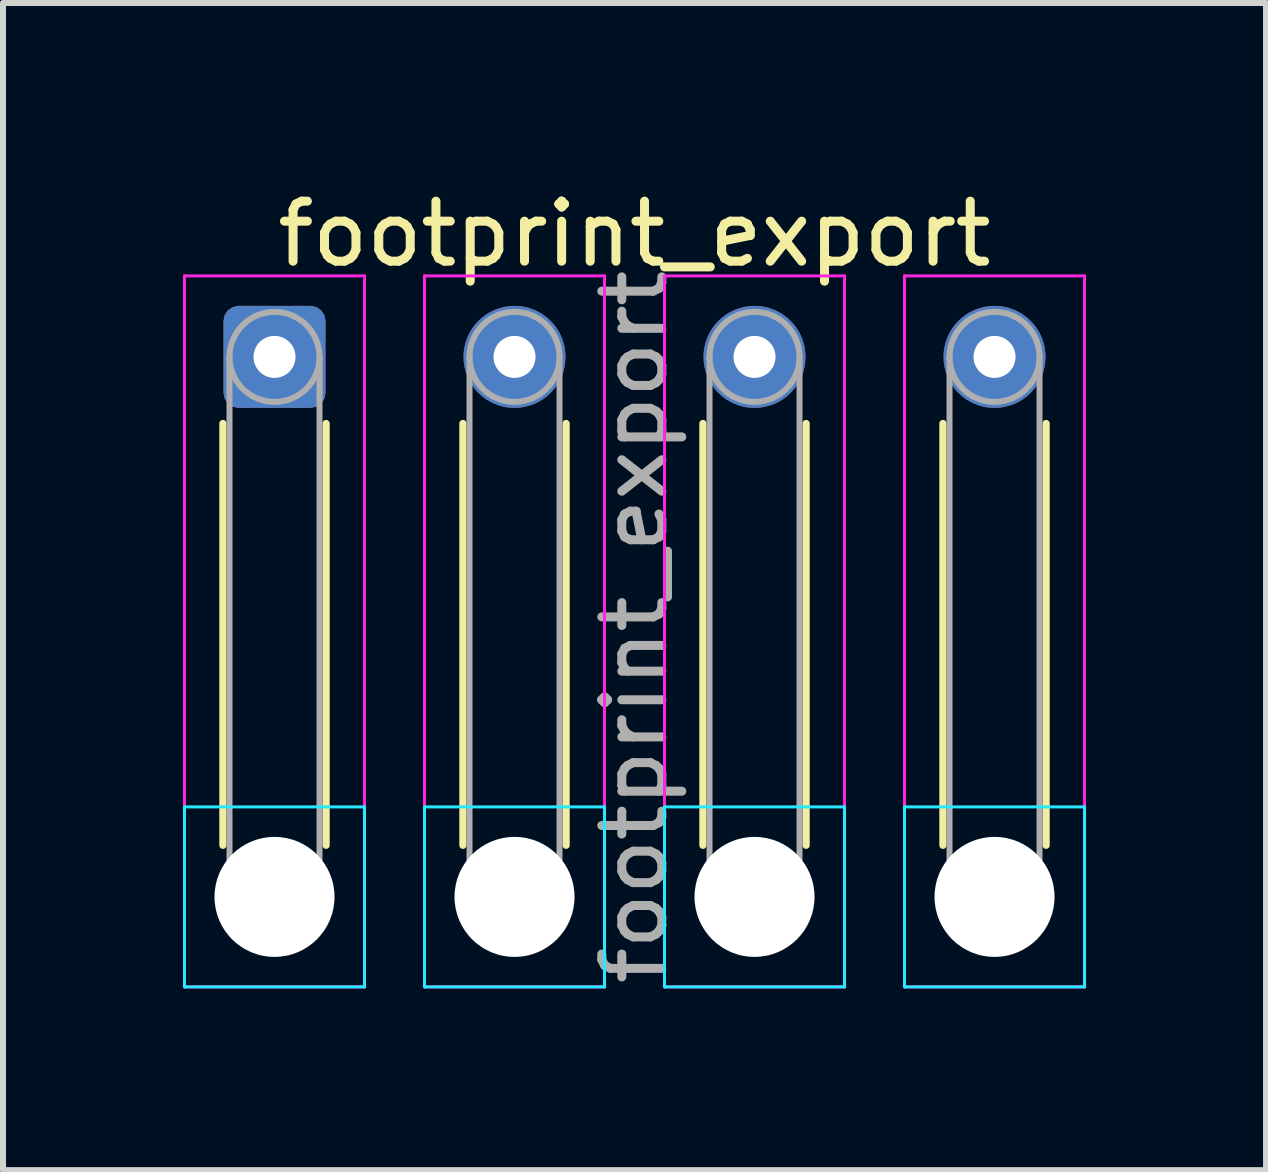
<source format=kicad_pcb>
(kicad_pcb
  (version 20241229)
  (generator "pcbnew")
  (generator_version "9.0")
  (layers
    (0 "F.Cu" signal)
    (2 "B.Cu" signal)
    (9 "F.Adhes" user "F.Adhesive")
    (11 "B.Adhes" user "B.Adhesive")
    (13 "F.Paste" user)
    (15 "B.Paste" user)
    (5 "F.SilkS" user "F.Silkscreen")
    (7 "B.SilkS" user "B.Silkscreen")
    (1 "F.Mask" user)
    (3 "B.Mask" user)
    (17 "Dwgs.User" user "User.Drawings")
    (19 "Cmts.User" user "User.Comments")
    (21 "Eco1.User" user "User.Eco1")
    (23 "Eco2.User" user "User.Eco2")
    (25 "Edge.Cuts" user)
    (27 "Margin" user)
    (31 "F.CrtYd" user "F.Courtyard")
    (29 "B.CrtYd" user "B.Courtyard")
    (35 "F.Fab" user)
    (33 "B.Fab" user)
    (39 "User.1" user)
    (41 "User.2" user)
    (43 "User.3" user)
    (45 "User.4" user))
  (footprint "footprint_export"
    (layer "F.Cu")
    (at 1.525 2.898)
    (property "Reference" "footprint_export" (at 6 -2.05 0) (layer "F.SilkS") (effects (font (size 1 1) (thickness 0.15))))
    (attr exclude_from_pos_files exclude_from_bom)
    (fp_line (start -0.86 1.11) (end -0.86 8.14) (stroke (width 0.12) (type solid)) (layer "F.SilkS"))
    (fp_line (start 0.86 1.11) (end 0.86 8.14) (stroke (width 0.12) (type solid)) (layer "F.SilkS"))
    (fp_line (start 3.14 1.11) (end 3.14 8.14) (stroke (width 0.12) (type solid)) (layer "F.SilkS"))
    (fp_line (start 4.86 1.11) (end 4.86 8.14) (stroke (width 0.12) (type solid)) (layer "F.SilkS"))
    (fp_line (start 7.14 1.11) (end 7.14 8.14) (stroke (width 0.12) (type solid)) (layer "F.SilkS"))
    (fp_line (start 8.86 1.11) (end 8.86 8.14) (stroke (width 0.12) (type solid)) (layer "F.SilkS"))
    (fp_line (start 11.14 1.11) (end 11.14 8.14) (stroke (width 0.12) (type solid)) (layer "F.SilkS"))
    (fp_line (start 12.86 1.11) (end 12.86 8.14) (stroke (width 0.12) (type solid)) (layer "F.SilkS"))
    (fp_line (start -1.5 7.5) (end -1.5 10.5) (stroke (width 0.05) (type solid)) (layer "B.CrtYd"))
    (fp_line (start -1.5 10.5) (end 1.5 10.5) (stroke (width 0.05) (type solid)) (layer "B.CrtYd"))
    (fp_line (start 1.5 7.5) (end -1.5 7.5) (stroke (width 0.05) (type solid)) (layer "B.CrtYd"))
    (fp_line (start 1.5 10.5) (end 1.5 7.5) (stroke (width 0.05) (type solid)) (layer "B.CrtYd"))
    (fp_line (start 2.5 7.5) (end 2.5 10.5) (stroke (width 0.05) (type solid)) (layer "B.CrtYd"))
    (fp_line (start 2.5 10.5) (end 5.5 10.5) (stroke (width 0.05) (type solid)) (layer "B.CrtYd"))
    (fp_line (start 5.5 7.5) (end 2.5 7.5) (stroke (width 0.05) (type solid)) (layer "B.CrtYd"))
    (fp_line (start 5.5 10.5) (end 5.5 7.5) (stroke (width 0.05) (type solid)) (layer "B.CrtYd"))
    (fp_line (start 6.5 7.5) (end 6.5 10.5) (stroke (width 0.05) (type solid)) (layer "B.CrtYd"))
    (fp_line (start 6.5 10.5) (end 9.5 10.5) (stroke (width 0.05) (type solid)) (layer "B.CrtYd"))
    (fp_line (start 9.5 7.5) (end 6.5 7.5) (stroke (width 0.05) (type solid)) (layer "B.CrtYd"))
    (fp_line (start 9.5 10.5) (end 9.5 7.5) (stroke (width 0.05) (type solid)) (layer "B.CrtYd"))
    (fp_line (start 10.5 7.5) (end 10.5 10.5) (stroke (width 0.05) (type solid)) (layer "B.CrtYd"))
    (fp_line (start 10.5 10.5) (end 13.5 10.5) (stroke (width 0.05) (type solid)) (layer "B.CrtYd"))
    (fp_line (start 13.5 7.5) (end 10.5 7.5) (stroke (width 0.05) (type solid)) (layer "B.CrtYd"))
    (fp_line (start 13.5 10.5) (end 13.5 7.5) (stroke (width 0.05) (type solid)) (layer "B.CrtYd"))
    (fp_line (start -1.5 -1.35) (end -1.5 10.5) (stroke (width 0.05) (type solid)) (layer "F.CrtYd"))
    (fp_line (start -1.5 10.5) (end 1.5 10.5) (stroke (width 0.05) (type solid)) (layer "F.CrtYd"))
    (fp_line (start 1.5 -1.35) (end -1.5 -1.35) (stroke (width 0.05) (type solid)) (layer "F.CrtYd"))
    (fp_line (start 1.5 10.5) (end 1.5 -1.35) (stroke (width 0.05) (type solid)) (layer "F.CrtYd"))
    (fp_line (start 2.5 -1.35) (end 2.5 10.5) (stroke (width 0.05) (type solid)) (layer "F.CrtYd"))
    (fp_line (start 2.5 10.5) (end 5.5 10.5) (stroke (width 0.05) (type solid)) (layer "F.CrtYd"))
    (fp_line (start 5.5 -1.35) (end 2.5 -1.35) (stroke (width 0.05) (type solid)) (layer "F.CrtYd"))
    (fp_line (start 5.5 10.5) (end 5.5 -1.35) (stroke (width 0.05) (type solid)) (layer "F.CrtYd"))
    (fp_line (start 6.5 -1.35) (end 6.5 10.5) (stroke (width 0.05) (type solid)) (layer "F.CrtYd"))
    (fp_line (start 6.5 10.5) (end 9.5 10.5) (stroke (width 0.05) (type solid)) (layer "F.CrtYd"))
    (fp_line (start 9.5 -1.35) (end 6.5 -1.35) (stroke (width 0.05) (type solid)) (layer "F.CrtYd"))
    (fp_line (start 9.5 10.5) (end 9.5 -1.35) (stroke (width 0.05) (type solid)) (layer "F.CrtYd"))
    (fp_line (start 10.5 -1.35) (end 10.5 10.5) (stroke (width 0.05) (type solid)) (layer "F.CrtYd"))
    (fp_line (start 10.5 10.5) (end 13.5 10.5) (stroke (width 0.05) (type solid)) (layer "F.CrtYd"))
    (fp_line (start 13.5 -1.35) (end 10.5 -1.35) (stroke (width 0.05) (type solid)) (layer "F.CrtYd"))
    (fp_line (start 13.5 10.5) (end 13.5 -1.35) (stroke (width 0.05) (type solid)) (layer "F.CrtYd"))
    (fp_line (start -0.75 0) (end -0.75 9) (stroke (width 0.1) (type solid)) (layer "F.Fab"))
    (fp_line (start 0.75 0) (end 0.75 9) (stroke (width 0.1) (type solid)) (layer "F.Fab"))
    (fp_line (start 3.25 0) (end 3.25 9) (stroke (width 0.1) (type solid)) (layer "F.Fab"))
    (fp_line (start 4.75 0) (end 4.75 9) (stroke (width 0.1) (type solid)) (layer "F.Fab"))
    (fp_line (start 7.25 0) (end 7.25 9) (stroke (width 0.1) (type solid)) (layer "F.Fab"))
    (fp_line (start 8.75 0) (end 8.75 9) (stroke (width 0.1) (type solid)) (layer "F.Fab"))
    (fp_line (start 11.25 0) (end 11.25 9) (stroke (width 0.1) (type solid)) (layer "F.Fab"))
    (fp_line (start 12.75 0) (end 12.75 9) (stroke (width 0.1) (type solid)) (layer "F.Fab"))
    (fp_circle (center 0 0) (end 0.75 0) (stroke (width 0.1) (type solid)) (fill no) (layer "F.Fab"))
    (fp_circle (center 0 9) (end 0.75 9) (stroke (width 0.1) (type solid)) (fill no) (layer "F.Fab"))
    (fp_circle (center 4 0) (end 4.75 0) (stroke (width 0.1) (type solid)) (fill no) (layer "F.Fab"))
    (fp_circle (center 4 9) (end 4.75 9) (stroke (width 0.1) (type solid)) (fill no) (layer "F.Fab"))
    (fp_circle (center 8 0) (end 8.75 0) (stroke (width 0.1) (type solid)) (fill no) (layer "F.Fab"))
    (fp_circle (center 8 9) (end 8.75 9) (stroke (width 0.1) (type solid)) (fill no) (layer "F.Fab"))
    (fp_circle (center 12 0) (end 12.75 0) (stroke (width 0.1) (type solid)) (fill no) (layer "F.Fab"))
    (fp_circle (center 12 9) (end 12.75 9) (stroke (width 0.1) (type solid)) (fill no) (layer "F.Fab"))
    (fp_text user "${REFERENCE}" (at 6 4.5 90) (layer "F.Fab") (effects (font (size 1 1) (thickness 0.15))))
    (pad "" np_thru_hole circle (at 0 9) (size 2 2) (drill 2) (layers "*.Cu" "*.Mask"))
    (pad "" np_thru_hole circle (at 4 9) (size 2 2) (drill 2) (layers "*.Cu" "*.Mask"))
    (pad "" np_thru_hole circle (at 8 9) (size 2 2) (drill 2) (layers "*.Cu" "*.Mask"))
    (pad "" np_thru_hole circle (at 12 9) (size 2 2) (drill 2) (layers "*.Cu" "*.Mask"))
    (pad "1" thru_hole roundrect (at 0 0) (size 1.7 1.7) (drill 0.7) (layers "*.Cu" "*.Mask") (roundrect_rratio 0.147))
    (pad "2" thru_hole circle (at 4 0) (size 1.7 1.7) (drill 0.7) (layers "*.Cu" "*.Mask"))
    (pad "3" thru_hole circle (at 8 0) (size 1.7 1.7) (drill 0.7) (layers "*.Cu" "*.Mask"))
    (pad "4" thru_hole circle (at 12 0) (size 1.7 1.7) (drill 0.7) (layers "*.Cu" "*.Mask")))
  (gr_rect
    (start -3 -3)
    (end 18.05 16.452)
    (stroke (width 0.1) (type default))
    (fill no)
    (layer "Edge.Cuts")))
</source>
